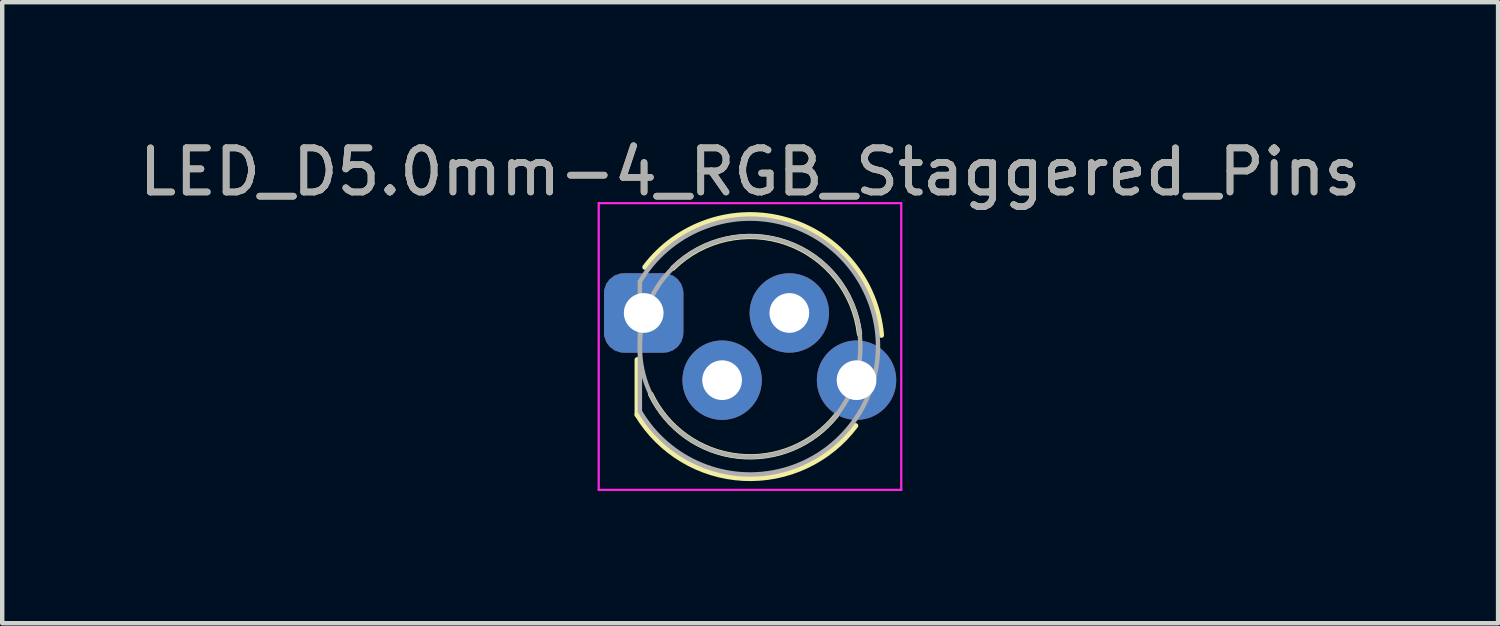
<source format=kicad_pcb>
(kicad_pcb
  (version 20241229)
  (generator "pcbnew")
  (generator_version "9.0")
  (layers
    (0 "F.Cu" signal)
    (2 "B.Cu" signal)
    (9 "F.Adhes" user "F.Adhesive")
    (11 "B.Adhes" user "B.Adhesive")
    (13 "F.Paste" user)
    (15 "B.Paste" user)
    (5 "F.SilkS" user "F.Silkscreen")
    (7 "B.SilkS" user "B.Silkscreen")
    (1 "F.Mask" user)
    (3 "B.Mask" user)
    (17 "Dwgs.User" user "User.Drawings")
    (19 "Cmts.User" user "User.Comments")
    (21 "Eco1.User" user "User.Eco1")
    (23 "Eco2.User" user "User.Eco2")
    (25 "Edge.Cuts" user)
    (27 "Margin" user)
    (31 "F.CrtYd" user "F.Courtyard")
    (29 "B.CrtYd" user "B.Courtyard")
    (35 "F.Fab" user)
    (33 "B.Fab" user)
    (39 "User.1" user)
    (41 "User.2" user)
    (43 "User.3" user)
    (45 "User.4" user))
  (footprint "LED_D5.0mm-4_RGB_Staggered_Pins"
    (layer "F.Cu")
    (at 11.545 4.046)
    (property "Reference" "LED_D5.0mm-4_RGB_Staggered_Pins" (at 2.413 -3.198 0) (layer "F.SilkS") (effects (font (size 1 1) (thickness 0.15))))
    (attr through_hole)
    (fp_line (start -0.147 1.061) (end -0.147 2.307) (stroke (width 0.12) (type solid)) (layer "F.SilkS"))
    (fp_arc (start 0.028 -1.038) (mid 3.238737 -2.109652) (end 5.389836 0.503784) (stroke (width 0.12) (type solid)) (layer "F.SilkS"))
    (fp_arc (start 0.660401 -1.015999) (mid 3.242766 -1.592649) (end 4.89309 0.475579) (stroke (width 0.12) (type solid)) (layer "F.SilkS"))
    (fp_arc (start 4.372086 2.315056) (mid 2.134091 3.246393) (end 0.158316 1.842) (stroke (width 0.12) (type solid)) (layer "F.SilkS"))
    (fp_arc (start 4.804334 2.556887) (mid 2.262188 3.748194) (end -0.147 2.30683) (stroke (width 0.12) (type solid)) (layer "F.SilkS"))
    (fp_line (start -1.02 -2.49) (end 5.84 -2.49) (stroke (width 0.05) (type solid)) (layer "F.CrtYd"))
    (fp_line (start -1.02 4.01) (end -1.02 -2.49) (stroke (width 0.05) (type solid)) (layer "F.CrtYd"))
    (fp_line (start 5.84 -2.49) (end 5.84 4.01) (stroke (width 0.05) (type solid)) (layer "F.CrtYd"))
    (fp_line (start 5.84 4.01) (end -1.02 4.01) (stroke (width 0.05) (type solid)) (layer "F.CrtYd"))
    (fp_line (start -0.087 -0.708) (end -0.087 2.232) (stroke (width 0.1) (type solid)) (layer "F.Fab"))
    (fp_arc (start -0.087 -0.707694) (mid 5.313 0.762016) (end -0.087016 2.231666) (stroke (width 0.1) (type solid)) (layer "F.Fab"))
    (fp_circle (center 2.413 0.762) (end 4.913 0.762) (stroke (width 0.1) (type solid)) (fill no) (layer "F.Fab"))
    (fp_text user "${REFERENCE}" (at 2.413 -3.198 0) (layer "F.Fab") (effects (font (size 1 1) (thickness 0.15))))
    (pad "1" thru_hole roundrect (at 0 0) (size 1.8 1.8) (drill 0.9) (layers "*.Cu" "*.Mask") (roundrect_rratio 0.25))
    (pad "2" thru_hole circle (at 1.778 1.524) (size 1.8 1.8) (drill 0.9) (layers "*.Cu" "*.Mask"))
    (pad "3" thru_hole circle (at 3.302 0) (size 1.8 1.8) (drill 0.9) (layers "*.Cu" "*.Mask"))
    (pad "4" thru_hole circle (at 4.826 1.524) (size 1.8 1.8) (drill 0.9) (layers "*.Cu" "*.Mask")))
  (gr_rect
    (start -3 -3)
    (end 30.917 11.081)
    (stroke (width 0.1) (type default))
    (fill no)
    (layer "Edge.Cuts")))
</source>
